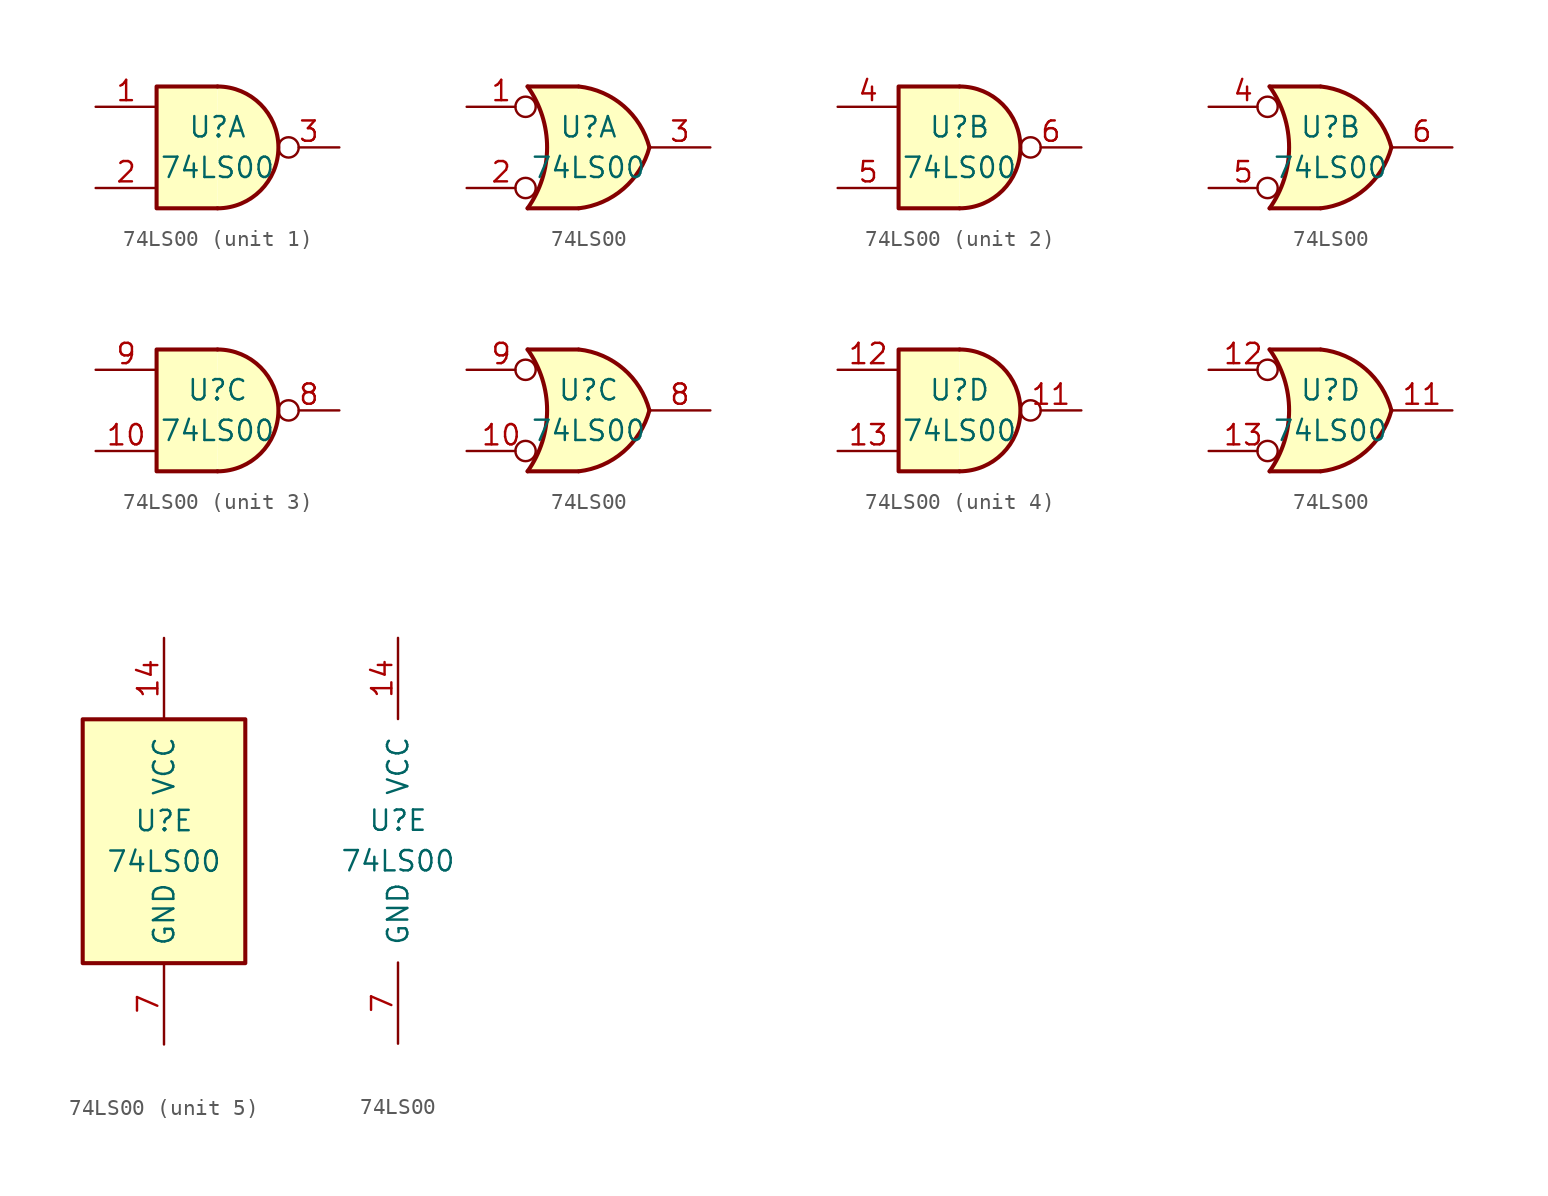
<source format=kicad_sym>
(kicad_symbol_lib
  (version 20241209)
  (generator "kicad_symbol_editor")
  (generator_version "9.0")
  (symbol "74LS00"
    (pin_names
      (offset 1.016))
    (property "Reference" "U"
      (at 0 1.27 0)
      (effects (font (size 1.27 1.27))))
    (property "Value" "74LS00"
      (at 0 -1.27 0)
      (effects (font (size 1.27 1.27))))
    (property "ki_locked" ""
      (at 0 0 0)
      (effects (font (size 1.27 1.27))))
    (symbol "74LS00_1_1"
      (arc (start 0 3.81) (mid 3.7934 0) (end 0 -3.81) (stroke (width 0.254) (type default)) (fill (type background)))
      (polyline (pts (xy 0 3.81) (xy -3.81 3.81) (xy -3.81 -3.81) (xy 0 -3.81)) (stroke (width 0.254) (type default)) (fill (type background)))
      (pin input line (at -7.62 2.54 0) (length 3.81) (name "~" (effects (font (size 1.27 1.27)))) (number "1" (effects (font (size 1.27 1.27)))))
      (pin input line (at -7.62 -2.54 0) (length 3.81) (name "~" (effects (font (size 1.27 1.27)))) (number "2" (effects (font (size 1.27 1.27)))))
      (pin output inverted (at 7.62 0 180) (length 3.81) (name "~" (effects (font (size 1.27 1.27)))) (number "3" (effects (font (size 1.27 1.27))))))
    (symbol "74LS00_1_2"
      (arc (start -3.81 3.81) (mid -2.589 0) (end -3.81 -3.81) (stroke (width 0.254) (type default)) (fill (type none)))
      (polyline (pts (xy -3.81 3.81) (xy -0.635 3.81)) (stroke (width 0.254) (type default)) (fill (type background)))
      (polyline (pts (xy -3.81 -3.81) (xy -0.635 -3.81)) (stroke (width 0.254) (type default)) (fill (type background)))
      (arc (start 3.81 0) (mid 2.1855 -2.584) (end -0.6096 -3.81) (stroke (width 0.254) (type default)) (fill (type background)))
      (arc (start -0.6096 3.81) (mid 2.1928 2.5924) (end 3.81 0) (stroke (width 0.254) (type default)) (fill (type background)))
      (polyline (pts (xy -0.635 3.81) (xy -3.81 3.81) (xy -3.81 3.81) (xy -3.556 3.404) (xy -3.023 2.261) (xy -2.692 1.041) (xy -2.616 -0.254) (xy -2.769 -1.499) (xy -3.175 -2.718) (xy -3.81 -3.81) (xy -3.81 -3.81) (xy -0.635 -3.81)) (stroke (width -25.4) (type default)) (fill (type background)))
      (pin input inverted (at -7.62 2.54 0) (length 4.318) (name "~" (effects (font (size 1.27 1.27)))) (number "1" (effects (font (size 1.27 1.27)))))
      (pin input inverted (at -7.62 -2.54 0) (length 4.318) (name "~" (effects (font (size 1.27 1.27)))) (number "2" (effects (font (size 1.27 1.27)))))
      (pin output line (at 7.62 0 180) (length 3.81) (name "~" (effects (font (size 1.27 1.27)))) (number "3" (effects (font (size 1.27 1.27))))))
    (symbol "74LS00_2_1"
      (arc (start 0 3.81) (mid 3.7934 0) (end 0 -3.81) (stroke (width 0.254) (type default)) (fill (type background)))
      (polyline (pts (xy 0 3.81) (xy -3.81 3.81) (xy -3.81 -3.81) (xy 0 -3.81)) (stroke (width 0.254) (type default)) (fill (type background)))
      (pin input line (at -7.62 2.54 0) (length 3.81) (name "~" (effects (font (size 1.27 1.27)))) (number "4" (effects (font (size 1.27 1.27)))))
      (pin input line (at -7.62 -2.54 0) (length 3.81) (name "~" (effects (font (size 1.27 1.27)))) (number "5" (effects (font (size 1.27 1.27)))))
      (pin output inverted (at 7.62 0 180) (length 3.81) (name "~" (effects (font (size 1.27 1.27)))) (number "6" (effects (font (size 1.27 1.27))))))
    (symbol "74LS00_2_2"
      (arc (start -3.81 3.81) (mid -2.589 0) (end -3.81 -3.81) (stroke (width 0.254) (type default)) (fill (type none)))
      (polyline (pts (xy -3.81 3.81) (xy -0.635 3.81)) (stroke (width 0.254) (type default)) (fill (type background)))
      (polyline (pts (xy -3.81 -3.81) (xy -0.635 -3.81)) (stroke (width 0.254) (type default)) (fill (type background)))
      (arc (start 3.81 0) (mid 2.1855 -2.584) (end -0.6096 -3.81) (stroke (width 0.254) (type default)) (fill (type background)))
      (arc (start -0.6096 3.81) (mid 2.1928 2.5924) (end 3.81 0) (stroke (width 0.254) (type default)) (fill (type background)))
      (polyline (pts (xy -0.635 3.81) (xy -3.81 3.81) (xy -3.81 3.81) (xy -3.556 3.404) (xy -3.023 2.261) (xy -2.692 1.041) (xy -2.616 -0.254) (xy -2.769 -1.499) (xy -3.175 -2.718) (xy -3.81 -3.81) (xy -3.81 -3.81) (xy -0.635 -3.81)) (stroke (width -25.4) (type default)) (fill (type background)))
      (pin input inverted (at -7.62 2.54 0) (length 4.318) (name "~" (effects (font (size 1.27 1.27)))) (number "4" (effects (font (size 1.27 1.27)))))
      (pin input inverted (at -7.62 -2.54 0) (length 4.318) (name "~" (effects (font (size 1.27 1.27)))) (number "5" (effects (font (size 1.27 1.27)))))
      (pin output line (at 7.62 0 180) (length 3.81) (name "~" (effects (font (size 1.27 1.27)))) (number "6" (effects (font (size 1.27 1.27))))))
    (symbol "74LS00_3_1"
      (arc (start 0 3.81) (mid 3.7934 0) (end 0 -3.81) (stroke (width 0.254) (type default)) (fill (type background)))
      (polyline (pts (xy 0 3.81) (xy -3.81 3.81) (xy -3.81 -3.81) (xy 0 -3.81)) (stroke (width 0.254) (type default)) (fill (type background)))
      (pin input line (at -7.62 2.54 0) (length 3.81) (name "~" (effects (font (size 1.27 1.27)))) (number "9" (effects (font (size 1.27 1.27)))))
      (pin input line (at -7.62 -2.54 0) (length 3.81) (name "~" (effects (font (size 1.27 1.27)))) (number "10" (effects (font (size 1.27 1.27)))))
      (pin output inverted (at 7.62 0 180) (length 3.81) (name "~" (effects (font (size 1.27 1.27)))) (number "8" (effects (font (size 1.27 1.27))))))
    (symbol "74LS00_3_2"
      (arc (start -3.81 3.81) (mid -2.589 0) (end -3.81 -3.81) (stroke (width 0.254) (type default)) (fill (type none)))
      (polyline (pts (xy -3.81 3.81) (xy -0.635 3.81)) (stroke (width 0.254) (type default)) (fill (type background)))
      (polyline (pts (xy -3.81 -3.81) (xy -0.635 -3.81)) (stroke (width 0.254) (type default)) (fill (type background)))
      (arc (start 3.81 0) (mid 2.1855 -2.584) (end -0.6096 -3.81) (stroke (width 0.254) (type default)) (fill (type background)))
      (arc (start -0.6096 3.81) (mid 2.1928 2.5924) (end 3.81 0) (stroke (width 0.254) (type default)) (fill (type background)))
      (polyline (pts (xy -0.635 3.81) (xy -3.81 3.81) (xy -3.81 3.81) (xy -3.556 3.404) (xy -3.023 2.261) (xy -2.692 1.041) (xy -2.616 -0.254) (xy -2.769 -1.499) (xy -3.175 -2.718) (xy -3.81 -3.81) (xy -3.81 -3.81) (xy -0.635 -3.81)) (stroke (width -25.4) (type default)) (fill (type background)))
      (pin input inverted (at -7.62 2.54 0) (length 4.318) (name "~" (effects (font (size 1.27 1.27)))) (number "9" (effects (font (size 1.27 1.27)))))
      (pin input inverted (at -7.62 -2.54 0) (length 4.318) (name "~" (effects (font (size 1.27 1.27)))) (number "10" (effects (font (size 1.27 1.27)))))
      (pin output line (at 7.62 0 180) (length 3.81) (name "~" (effects (font (size 1.27 1.27)))) (number "8" (effects (font (size 1.27 1.27))))))
    (symbol "74LS00_4_1"
      (arc (start 0 3.81) (mid 3.7934 0) (end 0 -3.81) (stroke (width 0.254) (type default)) (fill (type background)))
      (polyline (pts (xy 0 3.81) (xy -3.81 3.81) (xy -3.81 -3.81) (xy 0 -3.81)) (stroke (width 0.254) (type default)) (fill (type background)))
      (pin input line (at -7.62 2.54 0) (length 3.81) (name "~" (effects (font (size 1.27 1.27)))) (number "12" (effects (font (size 1.27 1.27)))))
      (pin input line (at -7.62 -2.54 0) (length 3.81) (name "~" (effects (font (size 1.27 1.27)))) (number "13" (effects (font (size 1.27 1.27)))))
      (pin output inverted (at 7.62 0 180) (length 3.81) (name "~" (effects (font (size 1.27 1.27)))) (number "11" (effects (font (size 1.27 1.27))))))
    (symbol "74LS00_4_2"
      (arc (start -3.81 3.81) (mid -2.589 0) (end -3.81 -3.81) (stroke (width 0.254) (type default)) (fill (type none)))
      (polyline (pts (xy -3.81 3.81) (xy -0.635 3.81)) (stroke (width 0.254) (type default)) (fill (type background)))
      (polyline (pts (xy -3.81 -3.81) (xy -0.635 -3.81)) (stroke (width 0.254) (type default)) (fill (type background)))
      (arc (start 3.81 0) (mid 2.1855 -2.584) (end -0.6096 -3.81) (stroke (width 0.254) (type default)) (fill (type background)))
      (arc (start -0.6096 3.81) (mid 2.1928 2.5924) (end 3.81 0) (stroke (width 0.254) (type default)) (fill (type background)))
      (polyline (pts (xy -0.635 3.81) (xy -3.81 3.81) (xy -3.81 3.81) (xy -3.556 3.404) (xy -3.023 2.261) (xy -2.692 1.041) (xy -2.616 -0.254) (xy -2.769 -1.499) (xy -3.175 -2.718) (xy -3.81 -3.81) (xy -3.81 -3.81) (xy -0.635 -3.81)) (stroke (width -25.4) (type default)) (fill (type background)))
      (pin input inverted (at -7.62 2.54 0) (length 4.318) (name "~" (effects (font (size 1.27 1.27)))) (number "12" (effects (font (size 1.27 1.27)))))
      (pin input inverted (at -7.62 -2.54 0) (length 4.318) (name "~" (effects (font (size 1.27 1.27)))) (number "13" (effects (font (size 1.27 1.27)))))
      (pin output line (at 7.62 0 180) (length 3.81) (name "~" (effects (font (size 1.27 1.27)))) (number "11" (effects (font (size 1.27 1.27))))))
    (symbol "74LS00_5_0"
      (pin power_in line (at 0 12.7 270) (length 5.08) (name "VCC" (effects (font (size 1.27 1.27)))) (number "14" (effects (font (size 1.27 1.27)))))
      (pin power_in line (at 0 -12.7 90) (length 5.08) (name "GND" (effects (font (size 1.27 1.27)))) (number "7" (effects (font (size 1.27 1.27))))))
    (symbol "74LS00_5_1"
      (rectangle (start -5.08 7.62) (end 5.08 -7.62) (stroke (width 0.254) (type default)) (fill (type background))))))
</source>
